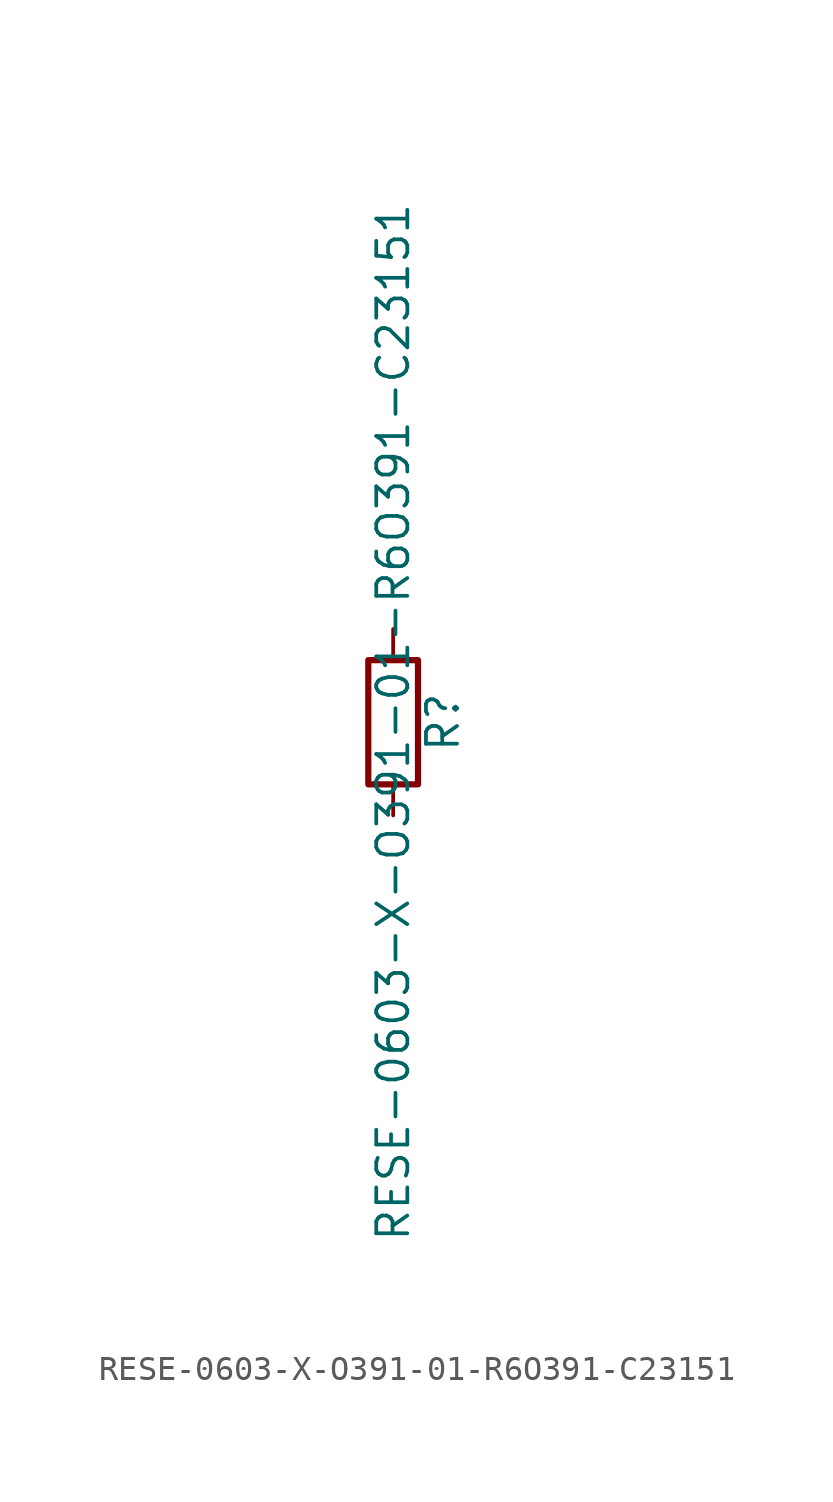
<source format=kicad_sym>
(kicad_symbol_lib
  (version 20211014)
  (generator kicad_symbol_editor)
  (symbol "RESE-0603-X-O391-01-R6O391-C23151"
    (pin_numbers hide)
    (pin_names
      (offset 0))
    (property "Reference" "R"
      (at 2.032 0 90)
      (effects (font (size 1.27 1.27))))
    (property "Value" "RESE-0603-X-O391-01-R6O391-C23151"
      (at 0 0 90)
      (effects (font (size 1.27 1.27))))
    (symbol "RESE-0603-X-O391-01-R6O391-C23151_0_1"
      (rectangle (start -1.016 -2.54) (end 1.016 2.54) (stroke (width 0.254) (type default) (color 0 0 0 0)) (fill (type none))))
    (symbol "RESE-0603-X-O391-01-R6O391-C23151_1_1"
      (pin passive line (at 0 3.81 270) (length 1.27) (name "~" (effects (font (size 1.27 1.27)))) (number "1" (effects (font (size 1.27 1.27)))))
      (pin passive line (at 0 -3.81 90) (length 1.27) (name "~" (effects (font (size 1.27 1.27)))) (number "2" (effects (font (size 1.27 1.27))))))))
</source>
